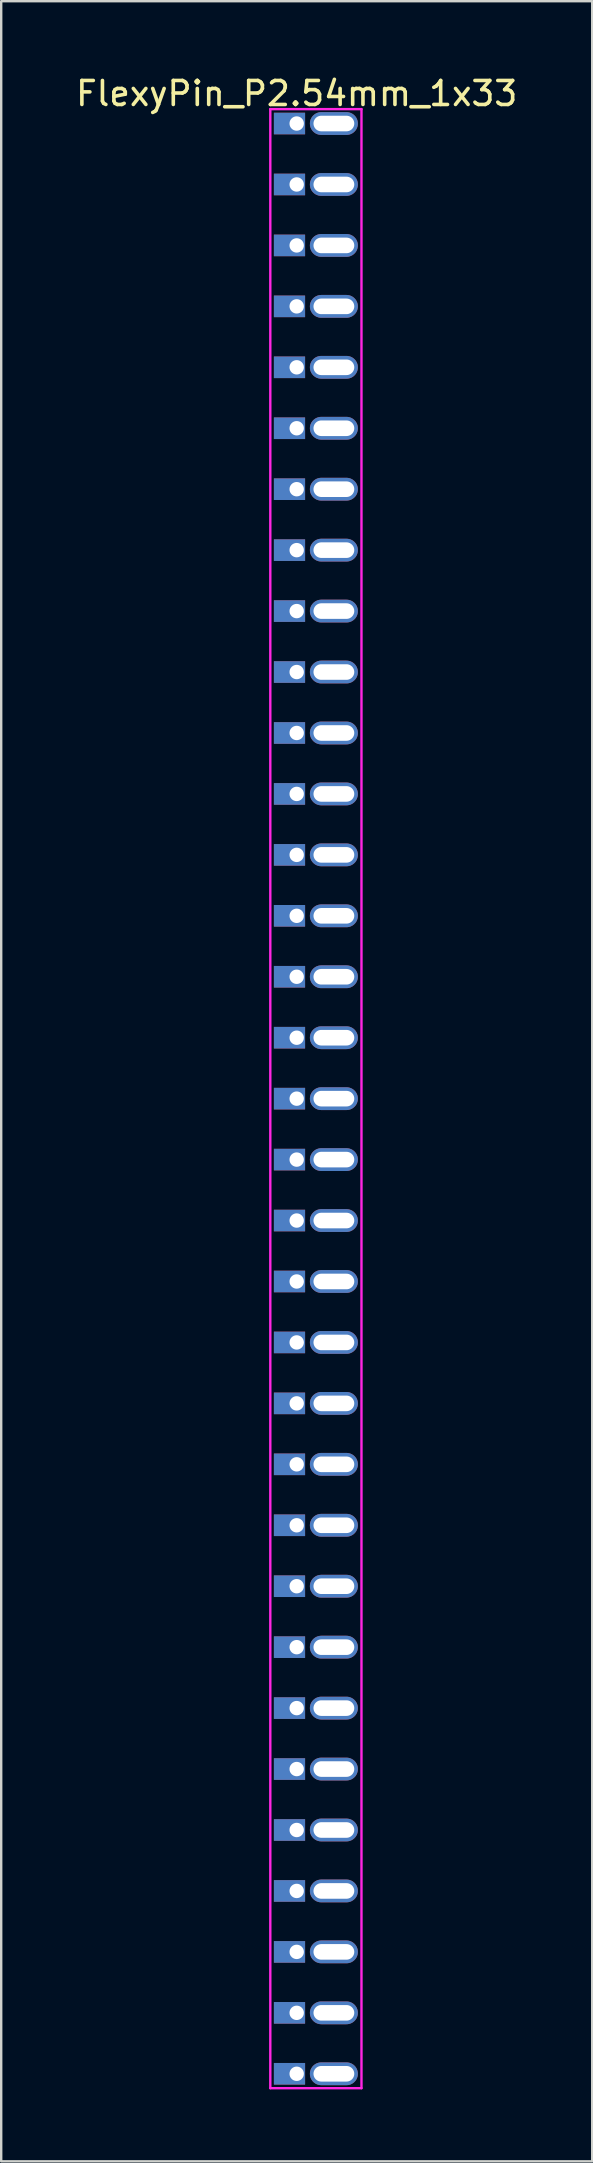
<source format=kicad_pcb>
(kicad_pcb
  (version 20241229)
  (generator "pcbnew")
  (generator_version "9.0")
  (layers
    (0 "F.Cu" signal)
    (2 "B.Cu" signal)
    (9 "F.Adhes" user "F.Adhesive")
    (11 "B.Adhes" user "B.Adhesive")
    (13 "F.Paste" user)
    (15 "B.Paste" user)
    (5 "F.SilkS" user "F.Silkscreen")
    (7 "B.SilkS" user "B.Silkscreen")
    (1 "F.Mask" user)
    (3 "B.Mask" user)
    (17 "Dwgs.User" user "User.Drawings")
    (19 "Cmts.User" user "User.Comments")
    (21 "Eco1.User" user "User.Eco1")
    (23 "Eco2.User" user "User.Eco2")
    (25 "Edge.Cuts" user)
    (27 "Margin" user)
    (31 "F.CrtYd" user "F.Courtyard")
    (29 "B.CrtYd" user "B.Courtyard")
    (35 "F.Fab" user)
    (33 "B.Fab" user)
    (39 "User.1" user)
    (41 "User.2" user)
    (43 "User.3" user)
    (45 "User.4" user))
  (footprint "FlexyPin_P2.54mm_1x33"
    (layer "F.Cu")
    (at 9.315 2.098)
    (property "Reference" "FlexyPin_P2.54mm_1x33" (at 0 -1.25 0) (layer "F.SilkS") (effects (font (size 1 1) (thickness 0.15))))
    (attr through_hole)
    (fp_line (start -1.1 -0.6) (end 2.7 -0.6) (stroke (width 0.1) (type solid)) (layer "F.CrtYd"))
    (fp_line (start -1.1 81.88) (end -1.1 -0.6) (stroke (width 0.1) (type solid)) (layer "F.CrtYd"))
    (fp_line (start 2.7 -0.6) (end 2.7 81.88) (stroke (width 0.1) (type solid)) (layer "F.CrtYd"))
    (fp_line (start 2.7 81.88) (end -1.1 81.88) (stroke (width 0.1) (type solid)) (layer "F.CrtYd"))
    (pad "" thru_hole oval (at 1.55 0) (size 2 0.95) (drill oval 1.7 0.65) (layers "*.Cu" "*.Mask"))
    (pad "" thru_hole oval (at 1.55 2.54) (size 2 0.95) (drill oval 1.7 0.65) (layers "*.Cu" "*.Mask"))
    (pad "" thru_hole oval (at 1.55 5.08) (size 2 0.95) (drill oval 1.7 0.65) (layers "*.Cu" "*.Mask"))
    (pad "" thru_hole oval (at 1.55 7.62) (size 2 0.95) (drill oval 1.7 0.65) (layers "*.Cu" "*.Mask"))
    (pad "" thru_hole oval (at 1.55 10.16) (size 2 0.95) (drill oval 1.7 0.65) (layers "*.Cu" "*.Mask"))
    (pad "" thru_hole oval (at 1.55 12.7) (size 2 0.95) (drill oval 1.7 0.65) (layers "*.Cu" "*.Mask"))
    (pad "" thru_hole oval (at 1.55 15.24) (size 2 0.95) (drill oval 1.7 0.65) (layers "*.Cu" "*.Mask"))
    (pad "" thru_hole oval (at 1.55 17.78) (size 2 0.95) (drill oval 1.7 0.65) (layers "*.Cu" "*.Mask"))
    (pad "" thru_hole oval (at 1.55 20.32) (size 2 0.95) (drill oval 1.7 0.65) (layers "*.Cu" "*.Mask"))
    (pad "" thru_hole oval (at 1.55 22.86) (size 2 0.95) (drill oval 1.7 0.65) (layers "*.Cu" "*.Mask"))
    (pad "" thru_hole oval (at 1.55 25.4) (size 2 0.95) (drill oval 1.7 0.65) (layers "*.Cu" "*.Mask"))
    (pad "" thru_hole oval (at 1.55 27.94) (size 2 0.95) (drill oval 1.7 0.65) (layers "*.Cu" "*.Mask"))
    (pad "" thru_hole oval (at 1.55 30.48) (size 2 0.95) (drill oval 1.7 0.65) (layers "*.Cu" "*.Mask"))
    (pad "" thru_hole oval (at 1.55 33.02) (size 2 0.95) (drill oval 1.7 0.65) (layers "*.Cu" "*.Mask"))
    (pad "" thru_hole oval (at 1.55 35.56) (size 2 0.95) (drill oval 1.7 0.65) (layers "*.Cu" "*.Mask"))
    (pad "" thru_hole oval (at 1.55 38.1) (size 2 0.95) (drill oval 1.7 0.65) (layers "*.Cu" "*.Mask"))
    (pad "" thru_hole oval (at 1.55 40.64) (size 2 0.95) (drill oval 1.7 0.65) (layers "*.Cu" "*.Mask"))
    (pad "" thru_hole oval (at 1.55 43.18) (size 2 0.95) (drill oval 1.7 0.65) (layers "*.Cu" "*.Mask"))
    (pad "" thru_hole oval (at 1.55 45.72) (size 2 0.95) (drill oval 1.7 0.65) (layers "*.Cu" "*.Mask"))
    (pad "" thru_hole oval (at 1.55 48.26) (size 2 0.95) (drill oval 1.7 0.65) (layers "*.Cu" "*.Mask"))
    (pad "" thru_hole oval (at 1.55 50.8) (size 2 0.95) (drill oval 1.7 0.65) (layers "*.Cu" "*.Mask"))
    (pad "" thru_hole oval (at 1.55 53.34) (size 2 0.95) (drill oval 1.7 0.65) (layers "*.Cu" "*.Mask"))
    (pad "" thru_hole oval (at 1.55 55.88) (size 2 0.95) (drill oval 1.7 0.65) (layers "*.Cu" "*.Mask"))
    (pad "" thru_hole oval (at 1.55 58.42) (size 2 0.95) (drill oval 1.7 0.65) (layers "*.Cu" "*.Mask"))
    (pad "" thru_hole oval (at 1.55 60.96) (size 2 0.95) (drill oval 1.7 0.65) (layers "*.Cu" "*.Mask"))
    (pad "" thru_hole oval (at 1.55 63.5) (size 2 0.95) (drill oval 1.7 0.65) (layers "*.Cu" "*.Mask"))
    (pad "" thru_hole oval (at 1.55 66.04) (size 2 0.95) (drill oval 1.7 0.65) (layers "*.Cu" "*.Mask"))
    (pad "" thru_hole oval (at 1.55 68.58) (size 2 0.95) (drill oval 1.7 0.65) (layers "*.Cu" "*.Mask"))
    (pad "" thru_hole oval (at 1.55 71.12) (size 2 0.95) (drill oval 1.7 0.65) (layers "*.Cu" "*.Mask"))
    (pad "" thru_hole oval (at 1.55 73.66) (size 2 0.95) (drill oval 1.7 0.65) (layers "*.Cu" "*.Mask"))
    (pad "" thru_hole oval (at 1.55 76.2) (size 2 0.95) (drill oval 1.7 0.65) (layers "*.Cu" "*.Mask"))
    (pad "" thru_hole oval (at 1.55 78.74) (size 2 0.95) (drill oval 1.7 0.65) (layers "*.Cu" "*.Mask"))
    (pad "" thru_hole oval (at 1.55 81.28) (size 2 0.95) (drill oval 1.7 0.65) (layers "*.Cu" "*.Mask"))
    (pad "1" thru_hole rect (at 0 0) (size 1.3 0.9) (drill 0.6 (offset -0.3 0)) (layers "*.Cu" "*.Mask"))
    (pad "2" thru_hole rect (at 0 2.54) (size 1.3 0.9) (drill 0.6 (offset -0.3 0)) (layers "*.Cu" "*.Mask"))
    (pad "3" thru_hole rect (at 0 5.08) (size 1.3 0.9) (drill 0.6 (offset -0.3 0)) (layers "*.Cu" "*.Mask"))
    (pad "4" thru_hole rect (at 0 7.62) (size 1.3 0.9) (drill 0.6 (offset -0.3 0)) (layers "*.Cu" "*.Mask"))
    (pad "5" thru_hole rect (at 0 10.16) (size 1.3 0.9) (drill 0.6 (offset -0.3 0)) (layers "*.Cu" "*.Mask"))
    (pad "6" thru_hole rect (at 0 12.7) (size 1.3 0.9) (drill 0.6 (offset -0.3 0)) (layers "*.Cu" "*.Mask"))
    (pad "7" thru_hole rect (at 0 15.24) (size 1.3 0.9) (drill 0.6 (offset -0.3 0)) (layers "*.Cu" "*.Mask"))
    (pad "8" thru_hole rect (at 0 17.78) (size 1.3 0.9) (drill 0.6 (offset -0.3 0)) (layers "*.Cu" "*.Mask"))
    (pad "9" thru_hole rect (at 0 20.32) (size 1.3 0.9) (drill 0.6 (offset -0.3 0)) (layers "*.Cu" "*.Mask"))
    (pad "10" thru_hole rect (at 0 22.86) (size 1.3 0.9) (drill 0.6 (offset -0.3 0)) (layers "*.Cu" "*.Mask"))
    (pad "11" thru_hole rect (at 0 25.4) (size 1.3 0.9) (drill 0.6 (offset -0.3 0)) (layers "*.Cu" "*.Mask"))
    (pad "12" thru_hole rect (at 0 27.94) (size 1.3 0.9) (drill 0.6 (offset -0.3 0)) (layers "*.Cu" "*.Mask"))
    (pad "13" thru_hole rect (at 0 30.48) (size 1.3 0.9) (drill 0.6 (offset -0.3 0)) (layers "*.Cu" "*.Mask"))
    (pad "14" thru_hole rect (at 0 33.02) (size 1.3 0.9) (drill 0.6 (offset -0.3 0)) (layers "*.Cu" "*.Mask"))
    (pad "15" thru_hole rect (at 0 35.56) (size 1.3 0.9) (drill 0.6 (offset -0.3 0)) (layers "*.Cu" "*.Mask"))
    (pad "16" thru_hole rect (at 0 38.1) (size 1.3 0.9) (drill 0.6 (offset -0.3 0)) (layers "*.Cu" "*.Mask"))
    (pad "17" thru_hole rect (at 0 40.64) (size 1.3 0.9) (drill 0.6 (offset -0.3 0)) (layers "*.Cu" "*.Mask"))
    (pad "18" thru_hole rect (at 0 43.18) (size 1.3 0.9) (drill 0.6 (offset -0.3 0)) (layers "*.Cu" "*.Mask"))
    (pad "19" thru_hole rect (at 0 45.72) (size 1.3 0.9) (drill 0.6 (offset -0.3 0)) (layers "*.Cu" "*.Mask"))
    (pad "20" thru_hole rect (at 0 48.26) (size 1.3 0.9) (drill 0.6 (offset -0.3 0)) (layers "*.Cu" "*.Mask"))
    (pad "21" thru_hole rect (at 0 50.8) (size 1.3 0.9) (drill 0.6 (offset -0.3 0)) (layers "*.Cu" "*.Mask"))
    (pad "22" thru_hole rect (at 0 53.34) (size 1.3 0.9) (drill 0.6 (offset -0.3 0)) (layers "*.Cu" "*.Mask"))
    (pad "23" thru_hole rect (at 0 55.88) (size 1.3 0.9) (drill 0.6 (offset -0.3 0)) (layers "*.Cu" "*.Mask"))
    (pad "24" thru_hole rect (at 0 58.42) (size 1.3 0.9) (drill 0.6 (offset -0.3 0)) (layers "*.Cu" "*.Mask"))
    (pad "25" thru_hole rect (at 0 60.96) (size 1.3 0.9) (drill 0.6 (offset -0.3 0)) (layers "*.Cu" "*.Mask"))
    (pad "26" thru_hole rect (at 0 63.5) (size 1.3 0.9) (drill 0.6 (offset -0.3 0)) (layers "*.Cu" "*.Mask"))
    (pad "27" thru_hole rect (at 0 66.04) (size 1.3 0.9) (drill 0.6 (offset -0.3 0)) (layers "*.Cu" "*.Mask"))
    (pad "28" thru_hole rect (at 0 68.58) (size 1.3 0.9) (drill 0.6 (offset -0.3 0)) (layers "*.Cu" "*.Mask"))
    (pad "29" thru_hole rect (at 0 71.12) (size 1.3 0.9) (drill 0.6 (offset -0.3 0)) (layers "*.Cu" "*.Mask"))
    (pad "30" thru_hole rect (at 0 73.66) (size 1.3 0.9) (drill 0.6 (offset -0.3 0)) (layers "*.Cu" "*.Mask"))
    (pad "31" thru_hole rect (at 0 76.2) (size 1.3 0.9) (drill 0.6 (offset -0.3 0)) (layers "*.Cu" "*.Mask"))
    (pad "32" thru_hole rect (at 0 78.74) (size 1.3 0.9) (drill 0.6 (offset -0.3 0)) (layers "*.Cu" "*.Mask"))
    (pad "33" thru_hole rect (at 0 81.28) (size 1.3 0.9) (drill 0.6 (offset -0.3 0)) (layers "*.Cu" "*.Mask")))
  (gr_rect
    (start -3 -3)
    (end 21.631 87.028)
    (stroke (width 0.1) (type default))
    (fill no)
    (layer "Edge.Cuts")))
</source>
